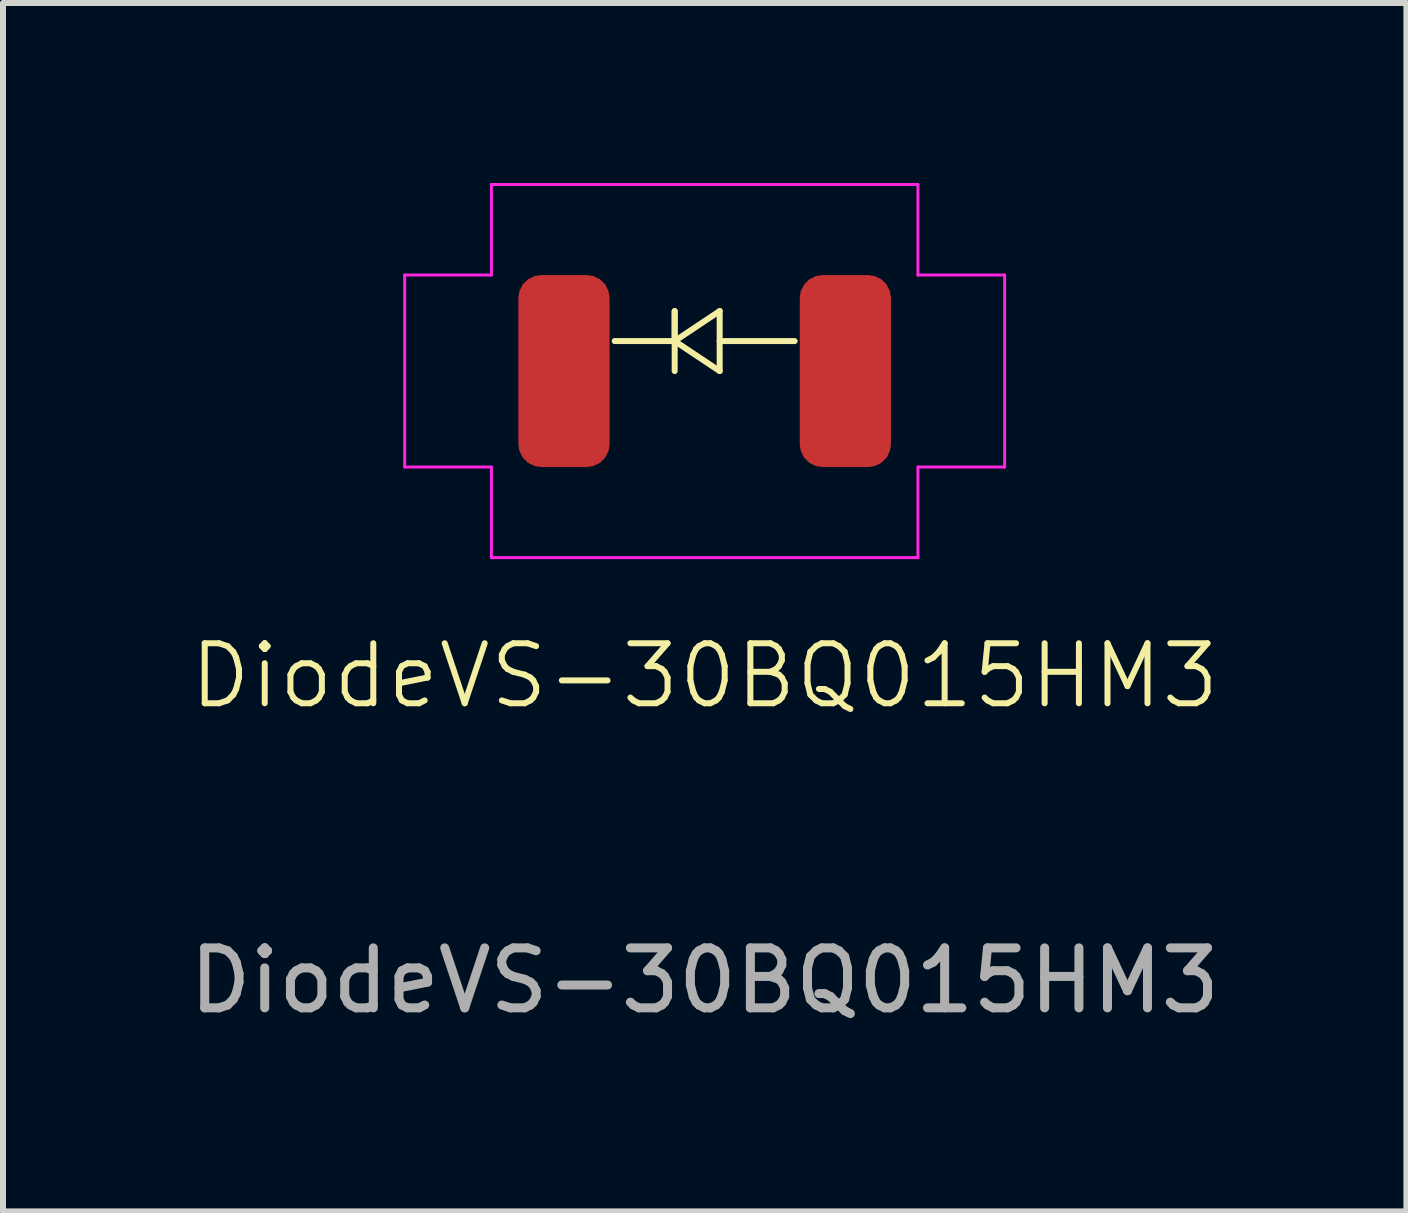
<source format=kicad_pcb>
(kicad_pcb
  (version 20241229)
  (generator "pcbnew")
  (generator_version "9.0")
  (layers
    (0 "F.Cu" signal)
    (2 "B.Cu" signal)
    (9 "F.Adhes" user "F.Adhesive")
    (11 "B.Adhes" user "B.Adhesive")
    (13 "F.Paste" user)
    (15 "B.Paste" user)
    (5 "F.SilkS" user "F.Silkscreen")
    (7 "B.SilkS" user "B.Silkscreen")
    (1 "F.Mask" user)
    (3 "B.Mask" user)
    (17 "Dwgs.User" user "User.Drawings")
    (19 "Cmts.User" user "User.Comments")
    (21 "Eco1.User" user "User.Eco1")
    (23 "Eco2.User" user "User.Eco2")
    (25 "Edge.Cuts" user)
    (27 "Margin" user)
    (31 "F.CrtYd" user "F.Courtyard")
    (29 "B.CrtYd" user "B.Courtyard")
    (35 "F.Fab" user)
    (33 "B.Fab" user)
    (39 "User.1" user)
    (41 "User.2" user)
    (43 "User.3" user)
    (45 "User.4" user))
  (footprint "DiodeVS-30BQ015HM3"
    (layer "F.Cu")
    (at 8.696 3.135)
    (property "Reference" "DiodeVS-30BQ015HM3" (at 0 5.08 0) (unlocked yes) (layer "F.SilkS") (effects (font (size 1 1) (thickness 0.1))))
    (attr smd)
    (fp_line (start -0.5 -1) (end -0.5 -0.5) (stroke (width 0.1) (type default)) (layer "F.SilkS"))
    (fp_line (start -0.5 -0.5) (end -1.5 -0.5) (stroke (width 0.1) (type default)) (layer "F.SilkS"))
    (fp_line (start -0.5 -0.5) (end 0.25 -1) (stroke (width 0.1) (type default)) (layer "F.SilkS"))
    (fp_line (start -0.5 0) (end -0.5 -1) (stroke (width 0.1) (type default)) (layer "F.SilkS"))
    (fp_line (start 0.25 -1) (end 0.25 0) (stroke (width 0.1) (type default)) (layer "F.SilkS"))
    (fp_line (start 0.25 -0.5) (end 1.5 -0.5) (stroke (width 0.1) (type default)) (layer "F.SilkS"))
    (fp_line (start 0.25 0) (end -0.5 -0.5) (stroke (width 0.1) (type default)) (layer "F.SilkS"))
    (fp_line (start -5 -1.6) (end -3.555 -1.6) (stroke (width 0.05) (type default)) (layer "F.CrtYd"))
    (fp_line (start -5 1.6) (end -5 -1.6) (stroke (width 0.05) (type default)) (layer "F.CrtYd"))
    (fp_line (start -3.555 -3.11) (end -3.555 -1.6) (stroke (width 0.05) (type default)) (layer "F.CrtYd"))
    (fp_line (start -3.555 -3.11) (end 3.555 -3.11) (stroke (width 0.05) (type default)) (layer "F.CrtYd"))
    (fp_line (start -3.555 1.6) (end -5 1.6) (stroke (width 0.05) (type default)) (layer "F.CrtYd"))
    (fp_line (start -3.555 3.11) (end -3.555 1.6) (stroke (width 0.05) (type default)) (layer "F.CrtYd"))
    (fp_line (start 3.555 -3.11) (end 3.555 -1.6) (stroke (width 0.05) (type default)) (layer "F.CrtYd"))
    (fp_line (start 3.555 -1.6) (end 5 -1.6) (stroke (width 0.05) (type default)) (layer "F.CrtYd"))
    (fp_line (start 3.555 1.6) (end 5 1.6) (stroke (width 0.05) (type default)) (layer "F.CrtYd"))
    (fp_line (start 3.555 3.11) (end -3.555 3.11) (stroke (width 0.05) (type default)) (layer "F.CrtYd"))
    (fp_line (start 3.555 3.11) (end 3.555 1.6) (stroke (width 0.05) (type default)) (layer "F.CrtYd"))
    (fp_line (start 5 1.6) (end 5 -1.6) (stroke (width 0.05) (type default)) (layer "F.CrtYd"))
    (fp_text user "${REFERENCE}" (at 0 10.16 0) (unlocked yes) (layer "F.Fab") (effects (font (size 1 1) (thickness 0.15))))
    (pad "1" smd roundrect (at -2.345 0) (size 1.52 3.2) (layers "F.Cu" "F.Mask" "F.Paste") (roundrect_rratio 0.25))
    (pad "2" smd roundrect (at 2.345 0) (size 1.52 3.2) (layers "F.Cu" "F.Mask" "F.Paste") (roundrect_rratio 0.25)))
  (gr_rect
    (start -3 -3)
    (end 20.393 17.143)
    (stroke (width 0.1) (type default))
    (fill no)
    (layer "Edge.Cuts")))
</source>
